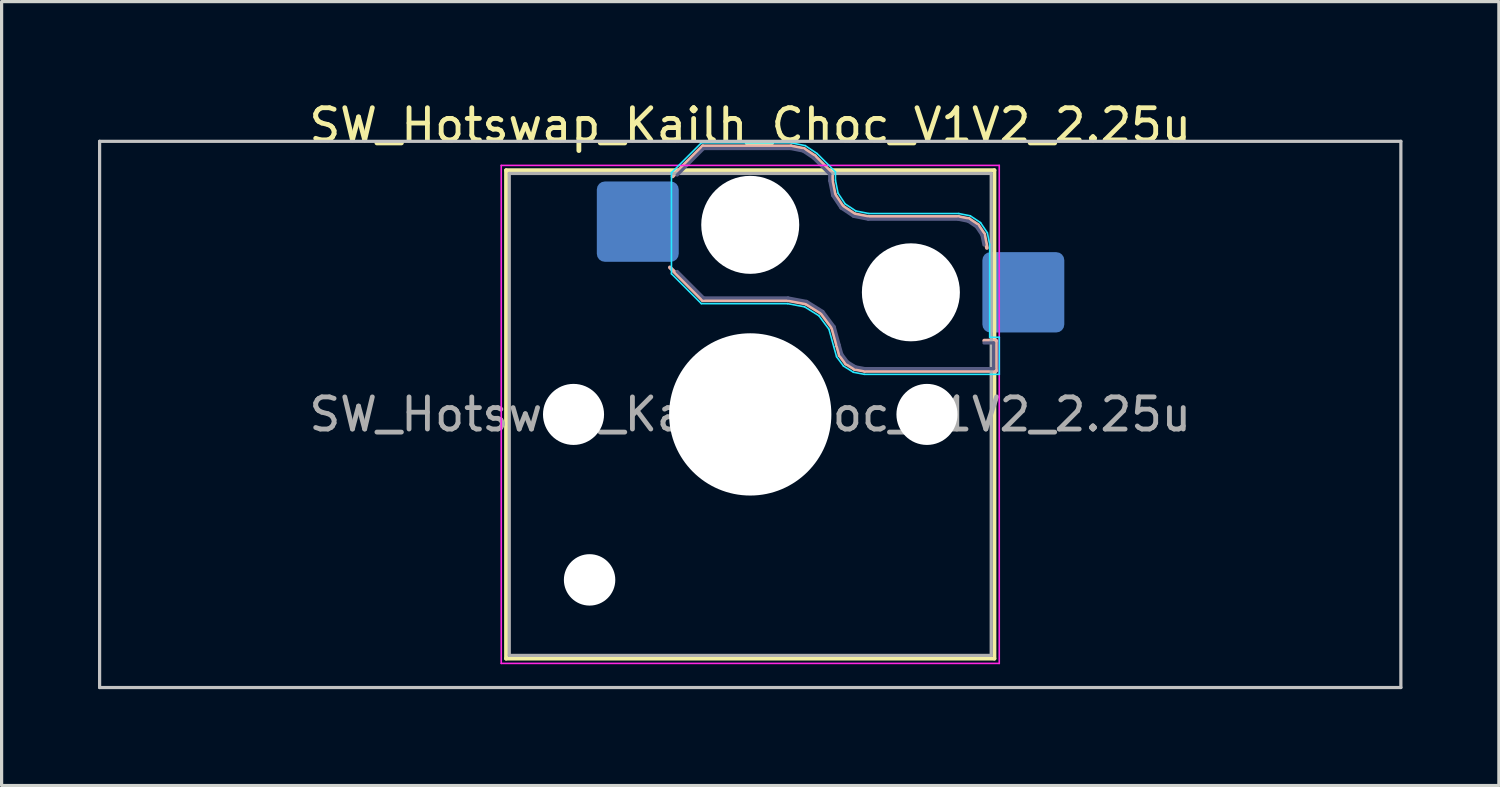
<source format=kicad_pcb>
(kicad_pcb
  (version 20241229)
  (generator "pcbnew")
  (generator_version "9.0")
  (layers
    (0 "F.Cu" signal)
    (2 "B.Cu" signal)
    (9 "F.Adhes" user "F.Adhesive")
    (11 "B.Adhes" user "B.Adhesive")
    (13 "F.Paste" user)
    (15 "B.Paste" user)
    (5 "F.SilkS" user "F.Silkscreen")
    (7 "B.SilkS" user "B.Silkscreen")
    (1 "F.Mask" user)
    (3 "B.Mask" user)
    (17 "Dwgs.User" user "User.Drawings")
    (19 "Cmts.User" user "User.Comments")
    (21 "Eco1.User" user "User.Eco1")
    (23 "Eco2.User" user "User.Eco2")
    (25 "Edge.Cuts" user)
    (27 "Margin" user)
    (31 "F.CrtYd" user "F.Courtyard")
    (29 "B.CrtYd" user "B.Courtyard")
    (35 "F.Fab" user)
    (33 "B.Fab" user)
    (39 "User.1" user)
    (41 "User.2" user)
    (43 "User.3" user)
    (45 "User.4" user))
  (footprint "SW_Hotswap_Kailh_Choc_V1V2_2.25u"
    (layer "F.Cu")
    (at 20.3 9.848)
    (property "Reference" "SW_Hotswap_Kailh_Choc_V1V2_2.25u" (at 0 -9 0) (layer "F.SilkS") (effects (font (size 1 1) (thickness 0.15))))
    (attr smd)
    (fp_line (start -7.6 -7.6) (end -7.6 7.6) (stroke (width 0.12) (type solid)) (layer "F.SilkS"))
    (fp_line (start -7.6 7.6) (end 7.6 7.6) (stroke (width 0.12) (type solid)) (layer "F.SilkS"))
    (fp_line (start 7.6 -7.6) (end -7.6 -7.6) (stroke (width 0.12) (type solid)) (layer "F.SilkS"))
    (fp_line (start 7.6 7.6) (end 7.6 -7.6) (stroke (width 0.12) (type solid)) (layer "F.SilkS"))
    (fp_line (start -2.416 -7.409) (end -1.479 -8.346) (stroke (width 0.12) (type solid)) (layer "B.SilkS"))
    (fp_line (start -1.479 -8.346) (end 1.268 -8.346) (stroke (width 0.12) (type solid)) (layer "B.SilkS"))
    (fp_line (start -1.479 -3.554) (end -2.5 -4.575) (stroke (width 0.12) (type solid)) (layer "B.SilkS"))
    (fp_line (start 1.168 -3.554) (end -1.479 -3.554) (stroke (width 0.12) (type solid)) (layer "B.SilkS"))
    (fp_line (start 1.268 -8.346) (end 1.671 -8.266) (stroke (width 0.12) (type solid)) (layer "B.SilkS"))
    (fp_line (start 1.671 -8.266) (end 2.013 -8.037) (stroke (width 0.12) (type solid)) (layer "B.SilkS"))
    (fp_line (start 1.73 -3.449) (end 1.168 -3.554) (stroke (width 0.12) (type solid)) (layer "B.SilkS"))
    (fp_line (start 2.013 -8.037) (end 2.546 -7.504) (stroke (width 0.12) (type solid)) (layer "B.SilkS"))
    (fp_line (start 2.209 -3.15) (end 1.73 -3.449) (stroke (width 0.12) (type solid)) (layer "B.SilkS"))
    (fp_line (start 2.546 -7.504) (end 2.546 -7.282) (stroke (width 0.12) (type solid)) (layer "B.SilkS"))
    (fp_line (start 2.546 -7.282) (end 2.633 -6.844) (stroke (width 0.12) (type solid)) (layer "B.SilkS"))
    (fp_line (start 2.547 -2.697) (end 2.209 -3.15) (stroke (width 0.12) (type solid)) (layer "B.SilkS"))
    (fp_line (start 2.633 -6.844) (end 2.877 -6.477) (stroke (width 0.12) (type solid)) (layer "B.SilkS"))
    (fp_line (start 2.701 -2.139) (end 2.547 -2.697) (stroke (width 0.12) (type solid)) (layer "B.SilkS"))
    (fp_line (start 2.783 -1.841) (end 2.701 -2.139) (stroke (width 0.12) (type solid)) (layer "B.SilkS"))
    (fp_line (start 2.877 -6.477) (end 3.244 -6.233) (stroke (width 0.12) (type solid)) (layer "B.SilkS"))
    (fp_line (start 2.976 -1.583) (end 2.783 -1.841) (stroke (width 0.12) (type solid)) (layer "B.SilkS"))
    (fp_line (start 3.244 -6.233) (end 3.682 -6.146) (stroke (width 0.12) (type solid)) (layer "B.SilkS"))
    (fp_line (start 3.25 -1.413) (end 2.976 -1.583) (stroke (width 0.12) (type solid)) (layer "B.SilkS"))
    (fp_line (start 3.56 -1.354) (end 3.25 -1.413) (stroke (width 0.12) (type solid)) (layer "B.SilkS"))
    (fp_line (start 3.682 -6.146) (end 6.482 -6.146) (stroke (width 0.12) (type solid)) (layer "B.SilkS"))
    (fp_line (start 6.482 -6.146) (end 6.809 -6.081) (stroke (width 0.12) (type solid)) (layer "B.SilkS"))
    (fp_line (start 6.809 -6.081) (end 7.092 -5.892) (stroke (width 0.12) (type solid)) (layer "B.SilkS"))
    (fp_line (start 7.092 -5.892) (end 7.281 -5.609) (stroke (width 0.12) (type solid)) (layer "B.SilkS"))
    (fp_line (start 7.281 -5.609) (end 7.366 -5.182) (stroke (width 0.12) (type solid)) (layer "B.SilkS"))
    (fp_line (start 7.283 -2.296) (end 7.646 -2.296) (stroke (width 0.12) (type solid)) (layer "B.SilkS"))
    (fp_line (start 7.646 -2.296) (end 7.646 -1.354) (stroke (width 0.12) (type solid)) (layer "B.SilkS"))
    (fp_line (start 7.646 -1.354) (end 3.56 -1.354) (stroke (width 0.12) (type solid)) (layer "B.SilkS"))
    (fp_line (start -20.25 -8.5) (end -20.25 8.5) (stroke (width 0.1) (type solid)) (layer "Dwgs.User"))
    (fp_line (start -20.25 8.5) (end 20.25 8.5) (stroke (width 0.1) (type solid)) (layer "Dwgs.User"))
    (fp_line (start 20.25 -8.5) (end -20.25 -8.5) (stroke (width 0.1) (type solid)) (layer "Dwgs.User"))
    (fp_line (start 20.25 8.5) (end 20.25 -8.5) (stroke (width 0.1) (type solid)) (layer "Dwgs.User"))
    (fp_line (start -7.25 -7.25) (end -7.25 7.25) (stroke (width 0.1) (type solid)) (layer "Eco1.User"))
    (fp_line (start -7.25 7.25) (end 7.25 7.25) (stroke (width 0.1) (type solid)) (layer "Eco1.User"))
    (fp_line (start 7.25 -7.25) (end -7.25 -7.25) (stroke (width 0.1) (type solid)) (layer "Eco1.User"))
    (fp_line (start 7.25 7.25) (end 7.25 -7.25) (stroke (width 0.1) (type solid)) (layer "Eco1.User"))
    (fp_line (start -2.452 -7.523) (end -1.523 -8.452) (stroke (width 0.05) (type solid)) (layer "B.CrtYd"))
    (fp_line (start -2.452 -4.377) (end -2.452 -7.523) (stroke (width 0.05) (type solid)) (layer "B.CrtYd"))
    (fp_line (start -1.523 -8.452) (end 1.278 -8.452) (stroke (width 0.05) (type solid)) (layer "B.CrtYd"))
    (fp_line (start -1.523 -3.448) (end -2.452 -4.377) (stroke (width 0.05) (type solid)) (layer "B.CrtYd"))
    (fp_line (start 1.159 -3.448) (end -1.523 -3.448) (stroke (width 0.05) (type solid)) (layer "B.CrtYd"))
    (fp_line (start 1.278 -8.452) (end 1.712 -8.366) (stroke (width 0.05) (type solid)) (layer "B.CrtYd"))
    (fp_line (start 1.691 -3.348) (end 1.159 -3.448) (stroke (width 0.05) (type solid)) (layer "B.CrtYd"))
    (fp_line (start 1.712 -8.366) (end 2.081 -8.119) (stroke (width 0.05) (type solid)) (layer "B.CrtYd"))
    (fp_line (start 2.081 -8.119) (end 2.652 -7.548) (stroke (width 0.05) (type solid)) (layer "B.CrtYd"))
    (fp_line (start 2.136 -3.071) (end 1.691 -3.348) (stroke (width 0.05) (type solid)) (layer "B.CrtYd"))
    (fp_line (start 2.45 -2.65) (end 2.136 -3.071) (stroke (width 0.05) (type solid)) (layer "B.CrtYd"))
    (fp_line (start 2.599 -2.111) (end 2.45 -2.65) (stroke (width 0.05) (type solid)) (layer "B.CrtYd"))
    (fp_line (start 2.652 -7.548) (end 2.652 -7.292) (stroke (width 0.05) (type solid)) (layer "B.CrtYd"))
    (fp_line (start 2.652 -7.292) (end 2.733 -6.885) (stroke (width 0.05) (type solid)) (layer "B.CrtYd"))
    (fp_line (start 2.687 -1.794) (end 2.599 -2.111) (stroke (width 0.05) (type solid)) (layer "B.CrtYd"))
    (fp_line (start 2.733 -6.885) (end 2.953 -6.553) (stroke (width 0.05) (type solid)) (layer "B.CrtYd"))
    (fp_line (start 2.903 -1.503) (end 2.687 -1.794) (stroke (width 0.05) (type solid)) (layer "B.CrtYd"))
    (fp_line (start 2.953 -6.553) (end 3.285 -6.333) (stroke (width 0.05) (type solid)) (layer "B.CrtYd"))
    (fp_line (start 3.211 -1.312) (end 2.903 -1.503) (stroke (width 0.05) (type solid)) (layer "B.CrtYd"))
    (fp_line (start 3.285 -6.333) (end 3.692 -6.252) (stroke (width 0.05) (type solid)) (layer "B.CrtYd"))
    (fp_line (start 3.55 -1.248) (end 3.211 -1.312) (stroke (width 0.05) (type solid)) (layer "B.CrtYd"))
    (fp_line (start 3.692 -6.252) (end 6.492 -6.252) (stroke (width 0.05) (type solid)) (layer "B.CrtYd"))
    (fp_line (start 6.492 -6.252) (end 6.85 -6.181) (stroke (width 0.05) (type solid)) (layer "B.CrtYd"))
    (fp_line (start 6.85 -6.181) (end 7.168 -5.968) (stroke (width 0.05) (type solid)) (layer "B.CrtYd"))
    (fp_line (start 7.168 -5.968) (end 7.381 -5.65) (stroke (width 0.05) (type solid)) (layer "B.CrtYd"))
    (fp_line (start 7.381 -5.65) (end 7.452 -5.292) (stroke (width 0.05) (type solid)) (layer "B.CrtYd"))
    (fp_line (start 7.452 -5.292) (end 7.452 -2.402) (stroke (width 0.05) (type solid)) (layer "B.CrtYd"))
    (fp_line (start 7.452 -2.402) (end 7.752 -2.402) (stroke (width 0.05) (type solid)) (layer "B.CrtYd"))
    (fp_line (start 7.752 -2.402) (end 7.752 -1.248) (stroke (width 0.05) (type solid)) (layer "B.CrtYd"))
    (fp_line (start 7.752 -1.248) (end 3.55 -1.248) (stroke (width 0.05) (type solid)) (layer "B.CrtYd"))
    (fp_line (start -7.75 -7.75) (end -7.75 7.75) (stroke (width 0.05) (type solid)) (layer "F.CrtYd"))
    (fp_line (start -7.75 7.75) (end 7.75 7.75) (stroke (width 0.05) (type solid)) (layer "F.CrtYd"))
    (fp_line (start 7.75 -7.75) (end -7.75 -7.75) (stroke (width 0.05) (type solid)) (layer "F.CrtYd"))
    (fp_line (start 7.75 7.75) (end 7.75 -7.75) (stroke (width 0.05) (type solid)) (layer "F.CrtYd"))
    (fp_line (start -2.275 -7.45) (end -1.45 -8.275) (stroke (width 0.1) (type solid)) (layer "B.Fab"))
    (fp_line (start -1.45 -8.275) (end 1.261 -8.275) (stroke (width 0.1) (type solid)) (layer "B.Fab"))
    (fp_line (start -1.45 -3.625) (end -2.275 -4.45) (stroke (width 0.1) (type solid)) (layer "B.Fab"))
    (fp_line (start 1.175 -3.625) (end -1.45 -3.625) (stroke (width 0.1) (type solid)) (layer "B.Fab"))
    (fp_line (start 1.261 -8.275) (end 1.643 -8.199) (stroke (width 0.1) (type solid)) (layer "B.Fab"))
    (fp_line (start 1.643 -8.199) (end 1.968 -7.982) (stroke (width 0.1) (type solid)) (layer "B.Fab"))
    (fp_line (start 1.756 -3.516) (end 1.175 -3.625) (stroke (width 0.1) (type solid)) (layer "B.Fab"))
    (fp_line (start 1.968 -7.982) (end 2.475 -7.475) (stroke (width 0.1) (type solid)) (layer "B.Fab"))
    (fp_line (start 2.258 -3.203) (end 1.756 -3.516) (stroke (width 0.1) (type solid)) (layer "B.Fab"))
    (fp_line (start 2.475 -7.475) (end 2.475 -7.275) (stroke (width 0.1) (type solid)) (layer "B.Fab"))
    (fp_line (start 2.475 -7.275) (end 2.566 -6.816) (stroke (width 0.1) (type solid)) (layer "B.Fab"))
    (fp_line (start 2.566 -6.816) (end 2.826 -6.426) (stroke (width 0.1) (type solid)) (layer "B.Fab"))
    (fp_line (start 2.612 -2.729) (end 2.258 -3.203) (stroke (width 0.1) (type solid)) (layer "B.Fab"))
    (fp_line (start 2.769 -2.158) (end 2.612 -2.729) (stroke (width 0.1) (type solid)) (layer "B.Fab"))
    (fp_line (start 2.826 -6.426) (end 3.216 -6.166) (stroke (width 0.1) (type solid)) (layer "B.Fab"))
    (fp_line (start 2.848 -1.873) (end 2.769 -2.158) (stroke (width 0.1) (type solid)) (layer "B.Fab"))
    (fp_line (start 3.025 -1.636) (end 2.848 -1.873) (stroke (width 0.1) (type solid)) (layer "B.Fab"))
    (fp_line (start 3.216 -6.166) (end 3.675 -6.075) (stroke (width 0.1) (type solid)) (layer "B.Fab"))
    (fp_line (start 3.276 -1.48) (end 3.025 -1.636) (stroke (width 0.1) (type solid)) (layer "B.Fab"))
    (fp_line (start 3.567 -1.425) (end 3.276 -1.48) (stroke (width 0.1) (type solid)) (layer "B.Fab"))
    (fp_line (start 3.675 -6.075) (end 6.475 -6.075) (stroke (width 0.1) (type solid)) (layer "B.Fab"))
    (fp_line (start 6.475 -6.075) (end 6.781 -6.014) (stroke (width 0.1) (type solid)) (layer "B.Fab"))
    (fp_line (start 6.781 -6.014) (end 7.041 -5.841) (stroke (width 0.1) (type solid)) (layer "B.Fab"))
    (fp_line (start 7.041 -5.841) (end 7.214 -5.581) (stroke (width 0.1) (type solid)) (layer "B.Fab"))
    (fp_line (start 7.214 -5.581) (end 7.275 -5.275) (stroke (width 0.1) (type solid)) (layer "B.Fab"))
    (fp_line (start 7.275 -2.225) (end 7.575 -2.225) (stroke (width 0.1) (type solid)) (layer "B.Fab"))
    (fp_line (start 7.575 -2.225) (end 7.575 -1.425) (stroke (width 0.1) (type solid)) (layer "B.Fab"))
    (fp_line (start 7.575 -1.425) (end 3.567 -1.425) (stroke (width 0.1) (type solid)) (layer "B.Fab"))
    (fp_line (start -7.5 -7.5) (end -7.5 7.5) (stroke (width 0.1) (type solid)) (layer "F.Fab"))
    (fp_line (start -7.5 7.5) (end 7.5 7.5) (stroke (width 0.1) (type solid)) (layer "F.Fab"))
    (fp_line (start 7.5 -7.5) (end -7.5 -7.5) (stroke (width 0.1) (type solid)) (layer "F.Fab"))
    (fp_line (start 7.5 7.5) (end 7.5 -7.5) (stroke (width 0.1) (type solid)) (layer "F.Fab"))
    (fp_text user "${REFERENCE}" (at 0 0 0) (layer "F.Fab") (effects (font (size 1 1) (thickness 0.15))))
    (pad "" np_thru_hole circle (at -5.5 0) (size 1.9 1.9) (drill 1.9) (layers "*.Cu" "*.Mask"))
    (pad "" np_thru_hole circle (at -5 5.15) (size 1.6 1.6) (drill 1.6) (layers "*.Cu" "*.Mask"))
    (pad "" np_thru_hole circle (at 0 -5.9) (size 3.05 3.05) (drill 3.05) (layers "*.Cu" "*.Mask"))
    (pad "" np_thru_hole circle (at 0 0) (size 5.05 5.05) (drill 5.05) (layers "*.Cu" "*.Mask"))
    (pad "" np_thru_hole circle (at 5 -3.8) (size 3.05 3.05) (drill 3.05) (layers "*.Cu" "*.Mask"))
    (pad "" np_thru_hole circle (at 5.5 0) (size 1.9 1.9) (drill 1.9) (layers "*.Cu" "*.Mask"))
    (pad "1" smd roundrect (at -3.5 -6) (size 2.55 2.5) (layers "B.Cu" "B.Mask" "B.Paste") (roundrect_rratio 0.1))
    (pad "2" smd roundrect (at 8.5 -3.8) (size 2.55 2.5) (layers "B.Cu" "B.Mask" "B.Paste") (roundrect_rratio 0.1)))
  (gr_rect
    (start -3 -3)
    (end 43.6 21.398)
    (stroke (width 0.1) (type default))
    (fill no)
    (layer "Edge.Cuts")))
</source>
